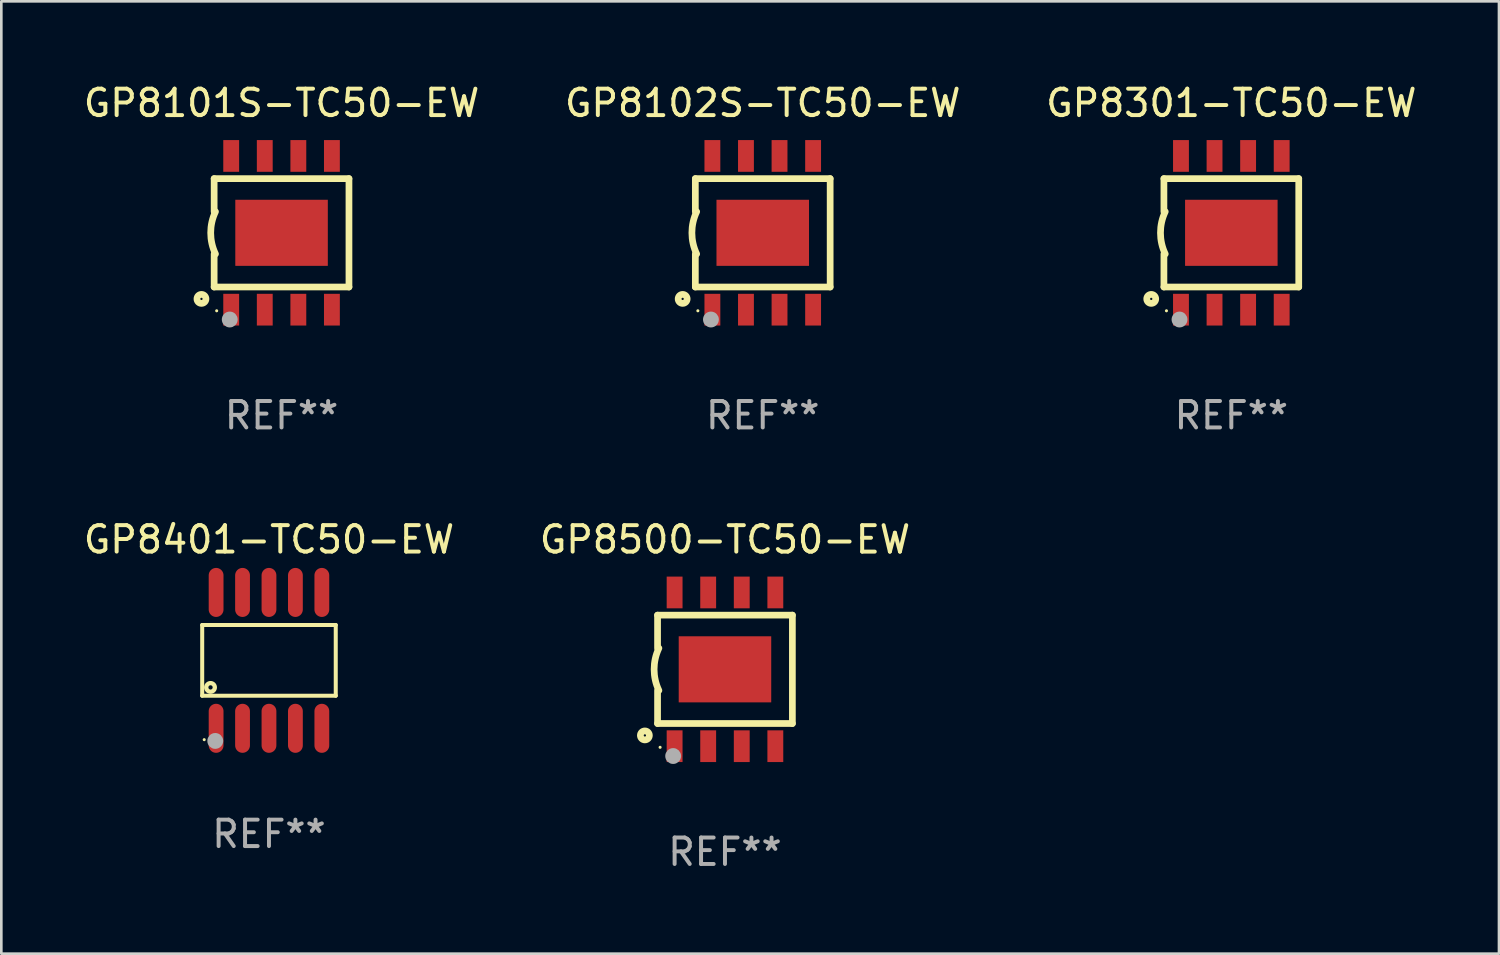
<source format=kicad_pcb>
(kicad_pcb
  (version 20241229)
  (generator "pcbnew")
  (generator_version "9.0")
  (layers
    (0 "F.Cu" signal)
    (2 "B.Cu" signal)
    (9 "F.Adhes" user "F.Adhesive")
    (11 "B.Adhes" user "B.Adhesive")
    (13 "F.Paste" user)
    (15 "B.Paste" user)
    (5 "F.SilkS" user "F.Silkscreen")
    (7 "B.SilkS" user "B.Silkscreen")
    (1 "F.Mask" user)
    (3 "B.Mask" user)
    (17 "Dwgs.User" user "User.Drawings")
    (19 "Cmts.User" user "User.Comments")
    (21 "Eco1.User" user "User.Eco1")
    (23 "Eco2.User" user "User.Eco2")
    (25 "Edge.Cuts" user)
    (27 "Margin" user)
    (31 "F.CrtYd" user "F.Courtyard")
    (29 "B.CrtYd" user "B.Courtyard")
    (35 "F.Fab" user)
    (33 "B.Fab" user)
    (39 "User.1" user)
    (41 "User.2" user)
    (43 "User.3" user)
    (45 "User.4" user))
  (footprint "GP8401-TC50-EW"
    (layer "F.Cu")
    (at 7.125 21.931)
    (property "Reference" "GP8401-TC50-EW" (at 0 -4.57 0) (layer "F.SilkS") (effects (font (size 1 1) (thickness 0.15))))
    (attr through_hole)
    (fp_line (start -2.526 -1.338) (end 2.526 -1.338) (stroke (width 0.152) (type solid)) (layer "F.SilkS"))
    (fp_line (start -2.526 1.338) (end -2.526 -1.338) (stroke (width 0.152) (type solid)) (layer "F.SilkS"))
    (fp_line (start 2.526 -1.338) (end 2.526 1.338) (stroke (width 0.152) (type solid)) (layer "F.SilkS"))
    (fp_line (start 2.526 1.338) (end -2.526 1.338) (stroke (width 0.152) (type solid)) (layer "F.SilkS"))
    (fp_circle (center -2.45 3) (end -2.42 3) (stroke (width 0.06) (type solid)) (fill no) (layer "F.SilkS"))
    (fp_circle (center -2.211 1.023) (end -2.13 1.023) (stroke (width 0.163) (type solid)) (fill no) (layer "F.SilkS"))
    (fp_circle (center -2.032 3.048) (end -1.882 3.048) (stroke (width 0.3) (type solid)) (fill no) (layer "F.Fab"))
    (fp_text user "REF**" (at 0 6.57 0) (layer "F.Fab") (effects (font (size 1 1) (thickness 0.15))))
    (pad "1" smd oval (at -2 2.57) (size 0.56 1.855) (layers "F.Cu" "F.Mask" "F.Paste"))
    (pad "2" smd oval (at -1 2.57) (size 0.56 1.855) (layers "F.Cu" "F.Mask" "F.Paste"))
    (pad "3" smd oval (at -0.000013 2.57) (size 0.56 1.855) (layers "F.Cu" "F.Mask" "F.Paste"))
    (pad "4" smd oval (at 1 2.57) (size 0.56 1.855) (layers "F.Cu" "F.Mask" "F.Paste"))
    (pad "5" smd oval (at 2 2.57) (size 0.56 1.855) (layers "F.Cu" "F.Mask" "F.Paste"))
    (pad "6" smd oval (at 2 -2.57) (size 0.56 1.855) (layers "F.Cu" "F.Mask" "F.Paste"))
    (pad "7" smd oval (at 1 -2.57) (size 0.56 1.855) (layers "F.Cu" "F.Mask" "F.Paste"))
    (pad "8" smd oval (at -0.000013 -2.57) (size 0.56 1.855) (layers "F.Cu" "F.Mask" "F.Paste"))
    (pad "9" smd oval (at -1 -2.57) (size 0.56 1.855) (layers "F.Cu" "F.Mask" "F.Paste"))
    (pad "10" smd oval (at -2 -2.57) (size 0.56 1.855) (layers "F.Cu" "F.Mask" "F.Paste")))
  (footprint "GP8101S-TC50-EW"
    (layer "F.Cu")
    (at 7.601 5.757)
    (property "Reference" "GP8101S-TC50-EW" (at 0 -4.908 0) (layer "F.SilkS") (effects (font (size 1 1) (thickness 0.15))))
    (attr through_hole)
    (fp_line (start -2.55 -2.05) (end 2.55 -2.05) (stroke (width 0.254) (type solid)) (layer "F.SilkS"))
    (fp_line (start -2.55 -0.8) (end -2.55 -2.05) (stroke (width 0.254) (type solid)) (layer "F.SilkS"))
    (fp_line (start -2.55 0.8) (end -2.55 2.05) (stroke (width 0.254) (type solid)) (layer "F.SilkS"))
    (fp_line (start 2.55 -2.05) (end 2.55 2.05) (stroke (width 0.254) (type solid)) (layer "F.SilkS"))
    (fp_line (start 2.55 2.05) (end -2.55 2.05) (stroke (width 0.254) (type solid)) (layer "F.SilkS"))
    (fp_arc (start -2.499873 0.800102) (mid -2.680296 0) (end -2.499873 -0.800102) (stroke (width 0.254001) (type solid)) (layer "F.SilkS"))
    (fp_circle (center -3.03 2.5) (end -2.86 2.5) (stroke (width 0.254) (type solid)) (fill no) (layer "F.SilkS"))
    (fp_circle (center -2.454 2.95) (end -2.424 2.95) (stroke (width 0.06) (type solid)) (fill no) (layer "F.SilkS"))
    (fp_circle (center -1.96 3.28) (end -1.81 3.28) (stroke (width 0.3) (type solid)) (fill no) (layer "F.Fab"))
    (fp_text user "REF**" (at 0 6.908 0) (layer "F.Fab") (effects (font (size 1 1) (thickness 0.15))))
    (pad "1" smd rect (at -1.905 2.908) (size 0.6 1.2) (layers "F.Cu" "F.Mask" "F.Paste"))
    (pad "2" smd rect (at -0.635 2.908) (size 0.6 1.2) (layers "F.Cu" "F.Mask" "F.Paste"))
    (pad "3" smd rect (at 0.635 2.908) (size 0.6 1.2) (layers "F.Cu" "F.Mask" "F.Paste"))
    (pad "4" smd rect (at 1.905 2.908) (size 0.6 1.2) (layers "F.Cu" "F.Mask" "F.Paste"))
    (pad "5" smd rect (at 1.905 -2.908) (size 0.6 1.2) (layers "F.Cu" "F.Mask" "F.Paste"))
    (pad "6" smd rect (at 0.635 -2.908) (size 0.6 1.2) (layers "F.Cu" "F.Mask" "F.Paste"))
    (pad "7" smd rect (at -0.635 -2.908) (size 0.6 1.2) (layers "F.Cu" "F.Mask" "F.Paste"))
    (pad "8" smd rect (at -1.905 -2.908) (size 0.6 1.2) (layers "F.Cu" "F.Mask" "F.Paste"))
    (pad "9" smd rect (at 0 0 180) (size 3.5 2.5) (layers "F.Cu" "F.Mask" "F.Paste")))
  (footprint "GP8301-TC50-EW"
    (layer "F.Cu")
    (at 43.53 5.757)
    (property "Reference" "GP8301-TC50-EW" (at 0 -4.908 0) (layer "F.SilkS") (effects (font (size 1 1) (thickness 0.15))))
    (attr through_hole)
    (fp_line (start -2.55 -2.05) (end 2.55 -2.05) (stroke (width 0.254) (type solid)) (layer "F.SilkS"))
    (fp_line (start -2.55 -0.8) (end -2.55 -2.05) (stroke (width 0.254) (type solid)) (layer "F.SilkS"))
    (fp_line (start -2.55 0.8) (end -2.55 2.05) (stroke (width 0.254) (type solid)) (layer "F.SilkS"))
    (fp_line (start 2.55 -2.05) (end 2.55 2.05) (stroke (width 0.254) (type solid)) (layer "F.SilkS"))
    (fp_line (start 2.55 2.05) (end -2.55 2.05) (stroke (width 0.254) (type solid)) (layer "F.SilkS"))
    (fp_arc (start -2.499873 0.800102) (mid -2.680296 0) (end -2.499873 -0.800102) (stroke (width 0.254001) (type solid)) (layer "F.SilkS"))
    (fp_circle (center -3.03 2.5) (end -2.86 2.5) (stroke (width 0.254) (type solid)) (fill no) (layer "F.SilkS"))
    (fp_circle (center -2.454 2.95) (end -2.424 2.95) (stroke (width 0.06) (type solid)) (fill no) (layer "F.SilkS"))
    (fp_circle (center -1.96 3.28) (end -1.81 3.28) (stroke (width 0.3) (type solid)) (fill no) (layer "F.Fab"))
    (fp_text user "REF**" (at 0 6.908 0) (layer "F.Fab") (effects (font (size 1 1) (thickness 0.15))))
    (pad "1" smd rect (at -1.905 2.908) (size 0.6 1.2) (layers "F.Cu" "F.Mask" "F.Paste"))
    (pad "2" smd rect (at -0.635 2.908) (size 0.6 1.2) (layers "F.Cu" "F.Mask" "F.Paste"))
    (pad "3" smd rect (at 0.635 2.908) (size 0.6 1.2) (layers "F.Cu" "F.Mask" "F.Paste"))
    (pad "4" smd rect (at 1.905 2.908) (size 0.6 1.2) (layers "F.Cu" "F.Mask" "F.Paste"))
    (pad "5" smd rect (at 1.905 -2.908) (size 0.6 1.2) (layers "F.Cu" "F.Mask" "F.Paste"))
    (pad "6" smd rect (at 0.635 -2.908) (size 0.6 1.2) (layers "F.Cu" "F.Mask" "F.Paste"))
    (pad "7" smd rect (at -0.635 -2.908) (size 0.6 1.2) (layers "F.Cu" "F.Mask" "F.Paste"))
    (pad "8" smd rect (at -1.905 -2.908) (size 0.6 1.2) (layers "F.Cu" "F.Mask" "F.Paste"))
    (pad "9" smd rect (at 0 0 180) (size 3.5 2.5) (layers "F.Cu" "F.Mask" "F.Paste")))
  (footprint "GP8102S-TC50-EW"
    (layer "F.Cu")
    (at 25.804 5.757)
    (property "Reference" "GP8102S-TC50-EW" (at 0 -4.908 0) (layer "F.SilkS") (effects (font (size 1 1) (thickness 0.15))))
    (attr through_hole)
    (fp_line (start -2.55 -2.05) (end 2.55 -2.05) (stroke (width 0.254) (type solid)) (layer "F.SilkS"))
    (fp_line (start -2.55 -0.8) (end -2.55 -2.05) (stroke (width 0.254) (type solid)) (layer "F.SilkS"))
    (fp_line (start -2.55 0.8) (end -2.55 2.05) (stroke (width 0.254) (type solid)) (layer "F.SilkS"))
    (fp_line (start 2.55 -2.05) (end 2.55 2.05) (stroke (width 0.254) (type solid)) (layer "F.SilkS"))
    (fp_line (start 2.55 2.05) (end -2.55 2.05) (stroke (width 0.254) (type solid)) (layer "F.SilkS"))
    (fp_arc (start -2.499873 0.800102) (mid -2.680296 0) (end -2.499873 -0.800102) (stroke (width 0.254001) (type solid)) (layer "F.SilkS"))
    (fp_circle (center -3.03 2.5) (end -2.86 2.5) (stroke (width 0.254) (type solid)) (fill no) (layer "F.SilkS"))
    (fp_circle (center -2.454 2.95) (end -2.424 2.95) (stroke (width 0.06) (type solid)) (fill no) (layer "F.SilkS"))
    (fp_circle (center -1.96 3.28) (end -1.81 3.28) (stroke (width 0.3) (type solid)) (fill no) (layer "F.Fab"))
    (fp_text user "REF**" (at 0 6.908 0) (layer "F.Fab") (effects (font (size 1 1) (thickness 0.15))))
    (pad "1" smd rect (at -1.905 2.908) (size 0.6 1.2) (layers "F.Cu" "F.Mask" "F.Paste"))
    (pad "2" smd rect (at -0.635 2.908) (size 0.6 1.2) (layers "F.Cu" "F.Mask" "F.Paste"))
    (pad "3" smd rect (at 0.635 2.908) (size 0.6 1.2) (layers "F.Cu" "F.Mask" "F.Paste"))
    (pad "4" smd rect (at 1.905 2.908) (size 0.6 1.2) (layers "F.Cu" "F.Mask" "F.Paste"))
    (pad "5" smd rect (at 1.905 -2.908) (size 0.6 1.2) (layers "F.Cu" "F.Mask" "F.Paste"))
    (pad "6" smd rect (at 0.635 -2.908) (size 0.6 1.2) (layers "F.Cu" "F.Mask" "F.Paste"))
    (pad "7" smd rect (at -0.635 -2.908) (size 0.6 1.2) (layers "F.Cu" "F.Mask" "F.Paste"))
    (pad "8" smd rect (at -1.905 -2.908) (size 0.6 1.2) (layers "F.Cu" "F.Mask" "F.Paste"))
    (pad "9" smd rect (at 0 0 180) (size 3.5 2.5) (layers "F.Cu" "F.Mask" "F.Paste")))
  (footprint "GP8500-TC50-EW"
    (layer "F.Cu")
    (at 24.375 22.27)
    (property "Reference" "GP8500-TC50-EW" (at 0 -4.908 0) (layer "F.SilkS") (effects (font (size 1 1) (thickness 0.15))))
    (attr through_hole)
    (fp_line (start -2.55 -2.05) (end 2.55 -2.05) (stroke (width 0.254) (type solid)) (layer "F.SilkS"))
    (fp_line (start -2.55 -0.8) (end -2.55 -2.05) (stroke (width 0.254) (type solid)) (layer "F.SilkS"))
    (fp_line (start -2.55 0.8) (end -2.55 2.05) (stroke (width 0.254) (type solid)) (layer "F.SilkS"))
    (fp_line (start 2.55 -2.05) (end 2.55 2.05) (stroke (width 0.254) (type solid)) (layer "F.SilkS"))
    (fp_line (start 2.55 2.05) (end -2.55 2.05) (stroke (width 0.254) (type solid)) (layer "F.SilkS"))
    (fp_arc (start -2.499873 0.800102) (mid -2.680296 0) (end -2.499873 -0.800102) (stroke (width 0.254001) (type solid)) (layer "F.SilkS"))
    (fp_circle (center -3.03 2.5) (end -2.86 2.5) (stroke (width 0.254) (type solid)) (fill no) (layer "F.SilkS"))
    (fp_circle (center -2.454 2.95) (end -2.424 2.95) (stroke (width 0.06) (type solid)) (fill no) (layer "F.SilkS"))
    (fp_circle (center -1.96 3.28) (end -1.81 3.28) (stroke (width 0.3) (type solid)) (fill no) (layer "F.Fab"))
    (fp_text user "REF**" (at 0 6.908 0) (layer "F.Fab") (effects (font (size 1 1) (thickness 0.15))))
    (pad "1" smd rect (at -1.905 2.908) (size 0.6 1.2) (layers "F.Cu" "F.Mask" "F.Paste"))
    (pad "2" smd rect (at -0.635 2.908) (size 0.6 1.2) (layers "F.Cu" "F.Mask" "F.Paste"))
    (pad "3" smd rect (at 0.635 2.908) (size 0.6 1.2) (layers "F.Cu" "F.Mask" "F.Paste"))
    (pad "4" smd rect (at 1.905 2.908) (size 0.6 1.2) (layers "F.Cu" "F.Mask" "F.Paste"))
    (pad "5" smd rect (at 1.905 -2.908) (size 0.6 1.2) (layers "F.Cu" "F.Mask" "F.Paste"))
    (pad "6" smd rect (at 0.635 -2.908) (size 0.6 1.2) (layers "F.Cu" "F.Mask" "F.Paste"))
    (pad "7" smd rect (at -0.635 -2.908) (size 0.6 1.2) (layers "F.Cu" "F.Mask" "F.Paste"))
    (pad "8" smd rect (at -1.905 -2.908) (size 0.6 1.2) (layers "F.Cu" "F.Mask" "F.Paste"))
    (pad "9" smd rect (at 0 0 180) (size 3.5 2.5) (layers "F.Cu" "F.Mask" "F.Paste")))
  (gr_rect
    (start -3 -3)
    (end 53.655 33.026)
    (stroke (width 0.1) (type default))
    (fill no)
    (layer "Edge.Cuts")))
</source>
